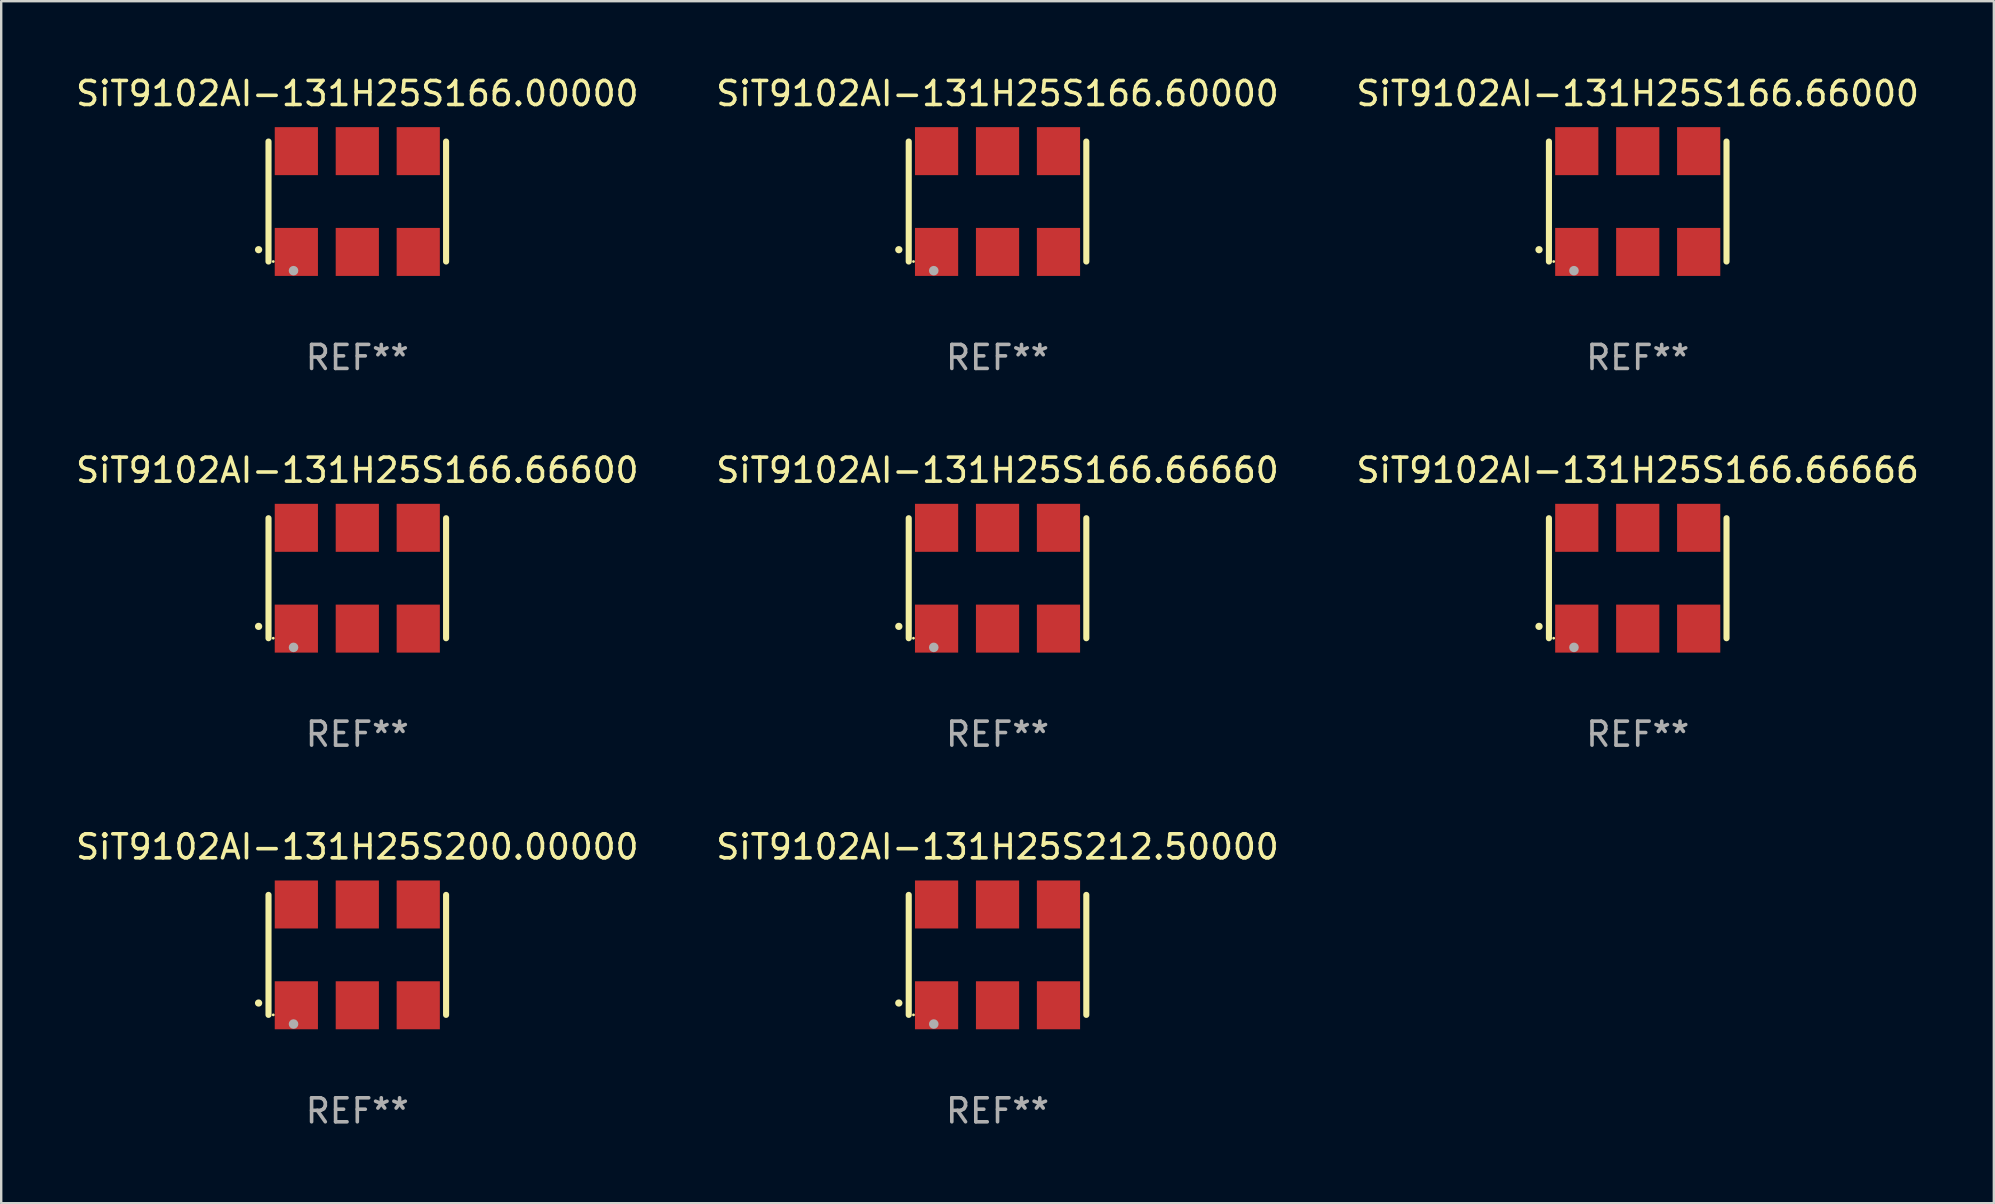
<source format=kicad_pcb>
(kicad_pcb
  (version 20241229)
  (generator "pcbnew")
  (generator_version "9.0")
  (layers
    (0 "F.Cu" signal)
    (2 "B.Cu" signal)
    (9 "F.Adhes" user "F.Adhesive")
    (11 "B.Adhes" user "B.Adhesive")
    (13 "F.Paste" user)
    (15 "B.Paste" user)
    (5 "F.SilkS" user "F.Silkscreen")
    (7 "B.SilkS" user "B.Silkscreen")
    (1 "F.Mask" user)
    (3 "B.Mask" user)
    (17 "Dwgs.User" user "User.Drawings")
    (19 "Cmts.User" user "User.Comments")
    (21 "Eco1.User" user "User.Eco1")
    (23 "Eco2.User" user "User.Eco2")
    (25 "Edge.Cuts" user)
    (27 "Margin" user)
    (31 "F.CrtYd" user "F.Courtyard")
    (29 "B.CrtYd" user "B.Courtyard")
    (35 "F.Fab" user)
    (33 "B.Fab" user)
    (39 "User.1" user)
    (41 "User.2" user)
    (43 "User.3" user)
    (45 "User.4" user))
  (footprint "SiT9102AI-131H25S166.00000"
    (layer "F.Cu")
    (at 11.839 5.348)
    (property "Reference" "SiT9102AI-131H25S166.00000" (at 0 -4.5 0) (layer "F.SilkS") (effects (font (size 1 1) (thickness 0.15))))
    (attr through_hole)
    (fp_line (start -3.7 -2.5) (end -3.7 2.5) (stroke (width 0.254) (type solid)) (layer "F.SilkS"))
    (fp_line (start 3.7 -2.5) (end 3.7 2.5) (stroke (width 0.254) (type solid)) (layer "F.SilkS"))
    (fp_arc (start -4.114415 2.006604) (mid -4.113145 2.006599) (end -4.111875 2.006604) (stroke (width 0.3) (type solid)) (layer "F.SilkS"))
    (fp_circle (center -3.502 2.5) (end -3.472 2.5) (stroke (width 0.06) (type solid)) (fill no) (layer "F.SilkS"))
    (fp_circle (center -2.657 2.882) (end -2.557 2.882) (stroke (width 0.2) (type solid)) (fill no) (layer "F.Fab"))
    (fp_text user "REF**" (at 0 6.5 0) (layer "F.Fab") (effects (font (size 1 1) (thickness 0.15))))
    (pad "1" smd rect (at -2.54 2.1) (size 1.8 2) (layers "F.Cu" "F.Mask" "F.Paste"))
    (pad "2" smd rect (at 0.000394 2.1) (size 1.8 2) (layers "F.Cu" "F.Mask" "F.Paste"))
    (pad "3" smd rect (at 2.54 2.1) (size 1.8 2) (layers "F.Cu" "F.Mask" "F.Paste"))
    (pad "4" smd rect (at 2.54 -2.1) (size 1.8 2) (layers "F.Cu" "F.Mask" "F.Paste"))
    (pad "5" smd rect (at 0.000394 -2.1) (size 1.8 2) (layers "F.Cu" "F.Mask" "F.Paste"))
    (pad "6" smd rect (at -2.54 -2.1) (size 1.8 2) (layers "F.Cu" "F.Mask" "F.Paste")))
  (footprint "SiT9102AI-131H25S166.60000"
    (layer "F.Cu")
    (at 38.518 5.348)
    (property "Reference" "SiT9102AI-131H25S166.60000" (at 0 -4.5 0) (layer "F.SilkS") (effects (font (size 1 1) (thickness 0.15))))
    (attr through_hole)
    (fp_line (start -3.7 -2.5) (end -3.7 2.5) (stroke (width 0.254) (type solid)) (layer "F.SilkS"))
    (fp_line (start 3.7 -2.5) (end 3.7 2.5) (stroke (width 0.254) (type solid)) (layer "F.SilkS"))
    (fp_arc (start -4.114415 2.006604) (mid -4.113145 2.006599) (end -4.111875 2.006604) (stroke (width 0.3) (type solid)) (layer "F.SilkS"))
    (fp_circle (center -3.502 2.5) (end -3.472 2.5) (stroke (width 0.06) (type solid)) (fill no) (layer "F.SilkS"))
    (fp_circle (center -2.657 2.882) (end -2.557 2.882) (stroke (width 0.2) (type solid)) (fill no) (layer "F.Fab"))
    (fp_text user "REF**" (at 0 6.5 0) (layer "F.Fab") (effects (font (size 1 1) (thickness 0.15))))
    (pad "1" smd rect (at -2.54 2.1) (size 1.8 2) (layers "F.Cu" "F.Mask" "F.Paste"))
    (pad "2" smd rect (at 0.000394 2.1) (size 1.8 2) (layers "F.Cu" "F.Mask" "F.Paste"))
    (pad "3" smd rect (at 2.54 2.1) (size 1.8 2) (layers "F.Cu" "F.Mask" "F.Paste"))
    (pad "4" smd rect (at 2.54 -2.1) (size 1.8 2) (layers "F.Cu" "F.Mask" "F.Paste"))
    (pad "5" smd rect (at 0.000394 -2.1) (size 1.8 2) (layers "F.Cu" "F.Mask" "F.Paste"))
    (pad "6" smd rect (at -2.54 -2.1) (size 1.8 2) (layers "F.Cu" "F.Mask" "F.Paste")))
  (footprint "SiT9102AI-131H25S166.66000"
    (layer "F.Cu")
    (at 65.196 5.348)
    (property "Reference" "SiT9102AI-131H25S166.66000" (at 0 -4.5 0) (layer "F.SilkS") (effects (font (size 1 1) (thickness 0.15))))
    (attr through_hole)
    (fp_line (start -3.7 -2.5) (end -3.7 2.5) (stroke (width 0.254) (type solid)) (layer "F.SilkS"))
    (fp_line (start 3.7 -2.5) (end 3.7 2.5) (stroke (width 0.254) (type solid)) (layer "F.SilkS"))
    (fp_arc (start -4.114415 2.006604) (mid -4.113145 2.006599) (end -4.111875 2.006604) (stroke (width 0.3) (type solid)) (layer "F.SilkS"))
    (fp_circle (center -3.502 2.5) (end -3.472 2.5) (stroke (width 0.06) (type solid)) (fill no) (layer "F.SilkS"))
    (fp_circle (center -2.657 2.882) (end -2.557 2.882) (stroke (width 0.2) (type solid)) (fill no) (layer "F.Fab"))
    (fp_text user "REF**" (at 0 6.5 0) (layer "F.Fab") (effects (font (size 1 1) (thickness 0.15))))
    (pad "1" smd rect (at -2.54 2.1) (size 1.8 2) (layers "F.Cu" "F.Mask" "F.Paste"))
    (pad "2" smd rect (at 0.000394 2.1) (size 1.8 2) (layers "F.Cu" "F.Mask" "F.Paste"))
    (pad "3" smd rect (at 2.54 2.1) (size 1.8 2) (layers "F.Cu" "F.Mask" "F.Paste"))
    (pad "4" smd rect (at 2.54 -2.1) (size 1.8 2) (layers "F.Cu" "F.Mask" "F.Paste"))
    (pad "5" smd rect (at 0.000394 -2.1) (size 1.8 2) (layers "F.Cu" "F.Mask" "F.Paste"))
    (pad "6" smd rect (at -2.54 -2.1) (size 1.8 2) (layers "F.Cu" "F.Mask" "F.Paste")))
  (footprint "SiT9102AI-131H25S166.66660"
    (layer "F.Cu")
    (at 38.518 21.045)
    (property "Reference" "SiT9102AI-131H25S166.66660" (at 0 -4.5 0) (layer "F.SilkS") (effects (font (size 1 1) (thickness 0.15))))
    (attr through_hole)
    (fp_line (start -3.7 -2.5) (end -3.7 2.5) (stroke (width 0.254) (type solid)) (layer "F.SilkS"))
    (fp_line (start 3.7 -2.5) (end 3.7 2.5) (stroke (width 0.254) (type solid)) (layer "F.SilkS"))
    (fp_arc (start -4.114415 2.006604) (mid -4.113145 2.006599) (end -4.111875 2.006604) (stroke (width 0.3) (type solid)) (layer "F.SilkS"))
    (fp_circle (center -3.502 2.5) (end -3.472 2.5) (stroke (width 0.06) (type solid)) (fill no) (layer "F.SilkS"))
    (fp_circle (center -2.657 2.882) (end -2.557 2.882) (stroke (width 0.2) (type solid)) (fill no) (layer "F.Fab"))
    (fp_text user "REF**" (at 0 6.5 0) (layer "F.Fab") (effects (font (size 1 1) (thickness 0.15))))
    (pad "1" smd rect (at -2.54 2.1) (size 1.8 2) (layers "F.Cu" "F.Mask" "F.Paste"))
    (pad "2" smd rect (at 0.000394 2.1) (size 1.8 2) (layers "F.Cu" "F.Mask" "F.Paste"))
    (pad "3" smd rect (at 2.54 2.1) (size 1.8 2) (layers "F.Cu" "F.Mask" "F.Paste"))
    (pad "4" smd rect (at 2.54 -2.1) (size 1.8 2) (layers "F.Cu" "F.Mask" "F.Paste"))
    (pad "5" smd rect (at 0.000394 -2.1) (size 1.8 2) (layers "F.Cu" "F.Mask" "F.Paste"))
    (pad "6" smd rect (at -2.54 -2.1) (size 1.8 2) (layers "F.Cu" "F.Mask" "F.Paste")))
  (footprint "SiT9102AI-131H25S166.66666"
    (layer "F.Cu")
    (at 65.196 21.045)
    (property "Reference" "SiT9102AI-131H25S166.66666" (at 0 -4.5 0) (layer "F.SilkS") (effects (font (size 1 1) (thickness 0.15))))
    (attr through_hole)
    (fp_line (start -3.7 -2.5) (end -3.7 2.5) (stroke (width 0.254) (type solid)) (layer "F.SilkS"))
    (fp_line (start 3.7 -2.5) (end 3.7 2.5) (stroke (width 0.254) (type solid)) (layer "F.SilkS"))
    (fp_arc (start -4.114415 2.006604) (mid -4.113145 2.006599) (end -4.111875 2.006604) (stroke (width 0.3) (type solid)) (layer "F.SilkS"))
    (fp_circle (center -3.502 2.5) (end -3.472 2.5) (stroke (width 0.06) (type solid)) (fill no) (layer "F.SilkS"))
    (fp_circle (center -2.657 2.882) (end -2.557 2.882) (stroke (width 0.2) (type solid)) (fill no) (layer "F.Fab"))
    (fp_text user "REF**" (at 0 6.5 0) (layer "F.Fab") (effects (font (size 1 1) (thickness 0.15))))
    (pad "1" smd rect (at -2.54 2.1) (size 1.8 2) (layers "F.Cu" "F.Mask" "F.Paste"))
    (pad "2" smd rect (at 0.000394 2.1) (size 1.8 2) (layers "F.Cu" "F.Mask" "F.Paste"))
    (pad "3" smd rect (at 2.54 2.1) (size 1.8 2) (layers "F.Cu" "F.Mask" "F.Paste"))
    (pad "4" smd rect (at 2.54 -2.1) (size 1.8 2) (layers "F.Cu" "F.Mask" "F.Paste"))
    (pad "5" smd rect (at 0.000394 -2.1) (size 1.8 2) (layers "F.Cu" "F.Mask" "F.Paste"))
    (pad "6" smd rect (at -2.54 -2.1) (size 1.8 2) (layers "F.Cu" "F.Mask" "F.Paste")))
  (footprint "SiT9102AI-131H25S212.50000"
    (layer "F.Cu")
    (at 38.518 36.741)
    (property "Reference" "SiT9102AI-131H25S212.50000" (at 0 -4.5 0) (layer "F.SilkS") (effects (font (size 1 1) (thickness 0.15))))
    (attr through_hole)
    (fp_line (start -3.7 -2.5) (end -3.7 2.5) (stroke (width 0.254) (type solid)) (layer "F.SilkS"))
    (fp_line (start 3.7 -2.5) (end 3.7 2.5) (stroke (width 0.254) (type solid)) (layer "F.SilkS"))
    (fp_arc (start -4.114415 2.006604) (mid -4.113145 2.006599) (end -4.111875 2.006604) (stroke (width 0.3) (type solid)) (layer "F.SilkS"))
    (fp_circle (center -3.502 2.5) (end -3.472 2.5) (stroke (width 0.06) (type solid)) (fill no) (layer "F.SilkS"))
    (fp_circle (center -2.657 2.882) (end -2.557 2.882) (stroke (width 0.2) (type solid)) (fill no) (layer "F.Fab"))
    (fp_text user "REF**" (at 0 6.5 0) (layer "F.Fab") (effects (font (size 1 1) (thickness 0.15))))
    (pad "1" smd rect (at -2.54 2.1) (size 1.8 2) (layers "F.Cu" "F.Mask" "F.Paste"))
    (pad "2" smd rect (at 0.000394 2.1) (size 1.8 2) (layers "F.Cu" "F.Mask" "F.Paste"))
    (pad "3" smd rect (at 2.54 2.1) (size 1.8 2) (layers "F.Cu" "F.Mask" "F.Paste"))
    (pad "4" smd rect (at 2.54 -2.1) (size 1.8 2) (layers "F.Cu" "F.Mask" "F.Paste"))
    (pad "5" smd rect (at 0.000394 -2.1) (size 1.8 2) (layers "F.Cu" "F.Mask" "F.Paste"))
    (pad "6" smd rect (at -2.54 -2.1) (size 1.8 2) (layers "F.Cu" "F.Mask" "F.Paste")))
  (footprint "SiT9102AI-131H25S166.66600"
    (layer "F.Cu")
    (at 11.839 21.045)
    (property "Reference" "SiT9102AI-131H25S166.66600" (at 0 -4.5 0) (layer "F.SilkS") (effects (font (size 1 1) (thickness 0.15))))
    (attr through_hole)
    (fp_line (start -3.7 -2.5) (end -3.7 2.5) (stroke (width 0.254) (type solid)) (layer "F.SilkS"))
    (fp_line (start 3.7 -2.5) (end 3.7 2.5) (stroke (width 0.254) (type solid)) (layer "F.SilkS"))
    (fp_arc (start -4.114415 2.006604) (mid -4.113145 2.006599) (end -4.111875 2.006604) (stroke (width 0.3) (type solid)) (layer "F.SilkS"))
    (fp_circle (center -3.502 2.5) (end -3.472 2.5) (stroke (width 0.06) (type solid)) (fill no) (layer "F.SilkS"))
    (fp_circle (center -2.657 2.882) (end -2.557 2.882) (stroke (width 0.2) (type solid)) (fill no) (layer "F.Fab"))
    (fp_text user "REF**" (at 0 6.5 0) (layer "F.Fab") (effects (font (size 1 1) (thickness 0.15))))
    (pad "1" smd rect (at -2.54 2.1) (size 1.8 2) (layers "F.Cu" "F.Mask" "F.Paste"))
    (pad "2" smd rect (at 0.000394 2.1) (size 1.8 2) (layers "F.Cu" "F.Mask" "F.Paste"))
    (pad "3" smd rect (at 2.54 2.1) (size 1.8 2) (layers "F.Cu" "F.Mask" "F.Paste"))
    (pad "4" smd rect (at 2.54 -2.1) (size 1.8 2) (layers "F.Cu" "F.Mask" "F.Paste"))
    (pad "5" smd rect (at 0.000394 -2.1) (size 1.8 2) (layers "F.Cu" "F.Mask" "F.Paste"))
    (pad "6" smd rect (at -2.54 -2.1) (size 1.8 2) (layers "F.Cu" "F.Mask" "F.Paste")))
  (footprint "SiT9102AI-131H25S200.00000"
    (layer "F.Cu")
    (at 11.839 36.741)
    (property "Reference" "SiT9102AI-131H25S200.00000" (at 0 -4.5 0) (layer "F.SilkS") (effects (font (size 1 1) (thickness 0.15))))
    (attr through_hole)
    (fp_line (start -3.7 -2.5) (end -3.7 2.5) (stroke (width 0.254) (type solid)) (layer "F.SilkS"))
    (fp_line (start 3.7 -2.5) (end 3.7 2.5) (stroke (width 0.254) (type solid)) (layer "F.SilkS"))
    (fp_arc (start -4.114415 2.006604) (mid -4.113145 2.006599) (end -4.111875 2.006604) (stroke (width 0.3) (type solid)) (layer "F.SilkS"))
    (fp_circle (center -3.502 2.5) (end -3.472 2.5) (stroke (width 0.06) (type solid)) (fill no) (layer "F.SilkS"))
    (fp_circle (center -2.657 2.882) (end -2.557 2.882) (stroke (width 0.2) (type solid)) (fill no) (layer "F.Fab"))
    (fp_text user "REF**" (at 0 6.5 0) (layer "F.Fab") (effects (font (size 1 1) (thickness 0.15))))
    (pad "1" smd rect (at -2.54 2.1) (size 1.8 2) (layers "F.Cu" "F.Mask" "F.Paste"))
    (pad "2" smd rect (at 0.000394 2.1) (size 1.8 2) (layers "F.Cu" "F.Mask" "F.Paste"))
    (pad "3" smd rect (at 2.54 2.1) (size 1.8 2) (layers "F.Cu" "F.Mask" "F.Paste"))
    (pad "4" smd rect (at 2.54 -2.1) (size 1.8 2) (layers "F.Cu" "F.Mask" "F.Paste"))
    (pad "5" smd rect (at 0.000394 -2.1) (size 1.8 2) (layers "F.Cu" "F.Mask" "F.Paste"))
    (pad "6" smd rect (at -2.54 -2.1) (size 1.8 2) (layers "F.Cu" "F.Mask" "F.Paste")))
  (gr_rect
    (start -3 -3)
    (end 80.036 47.09)
    (stroke (width 0.1) (type default))
    (fill no)
    (layer "Edge.Cuts")))
</source>
